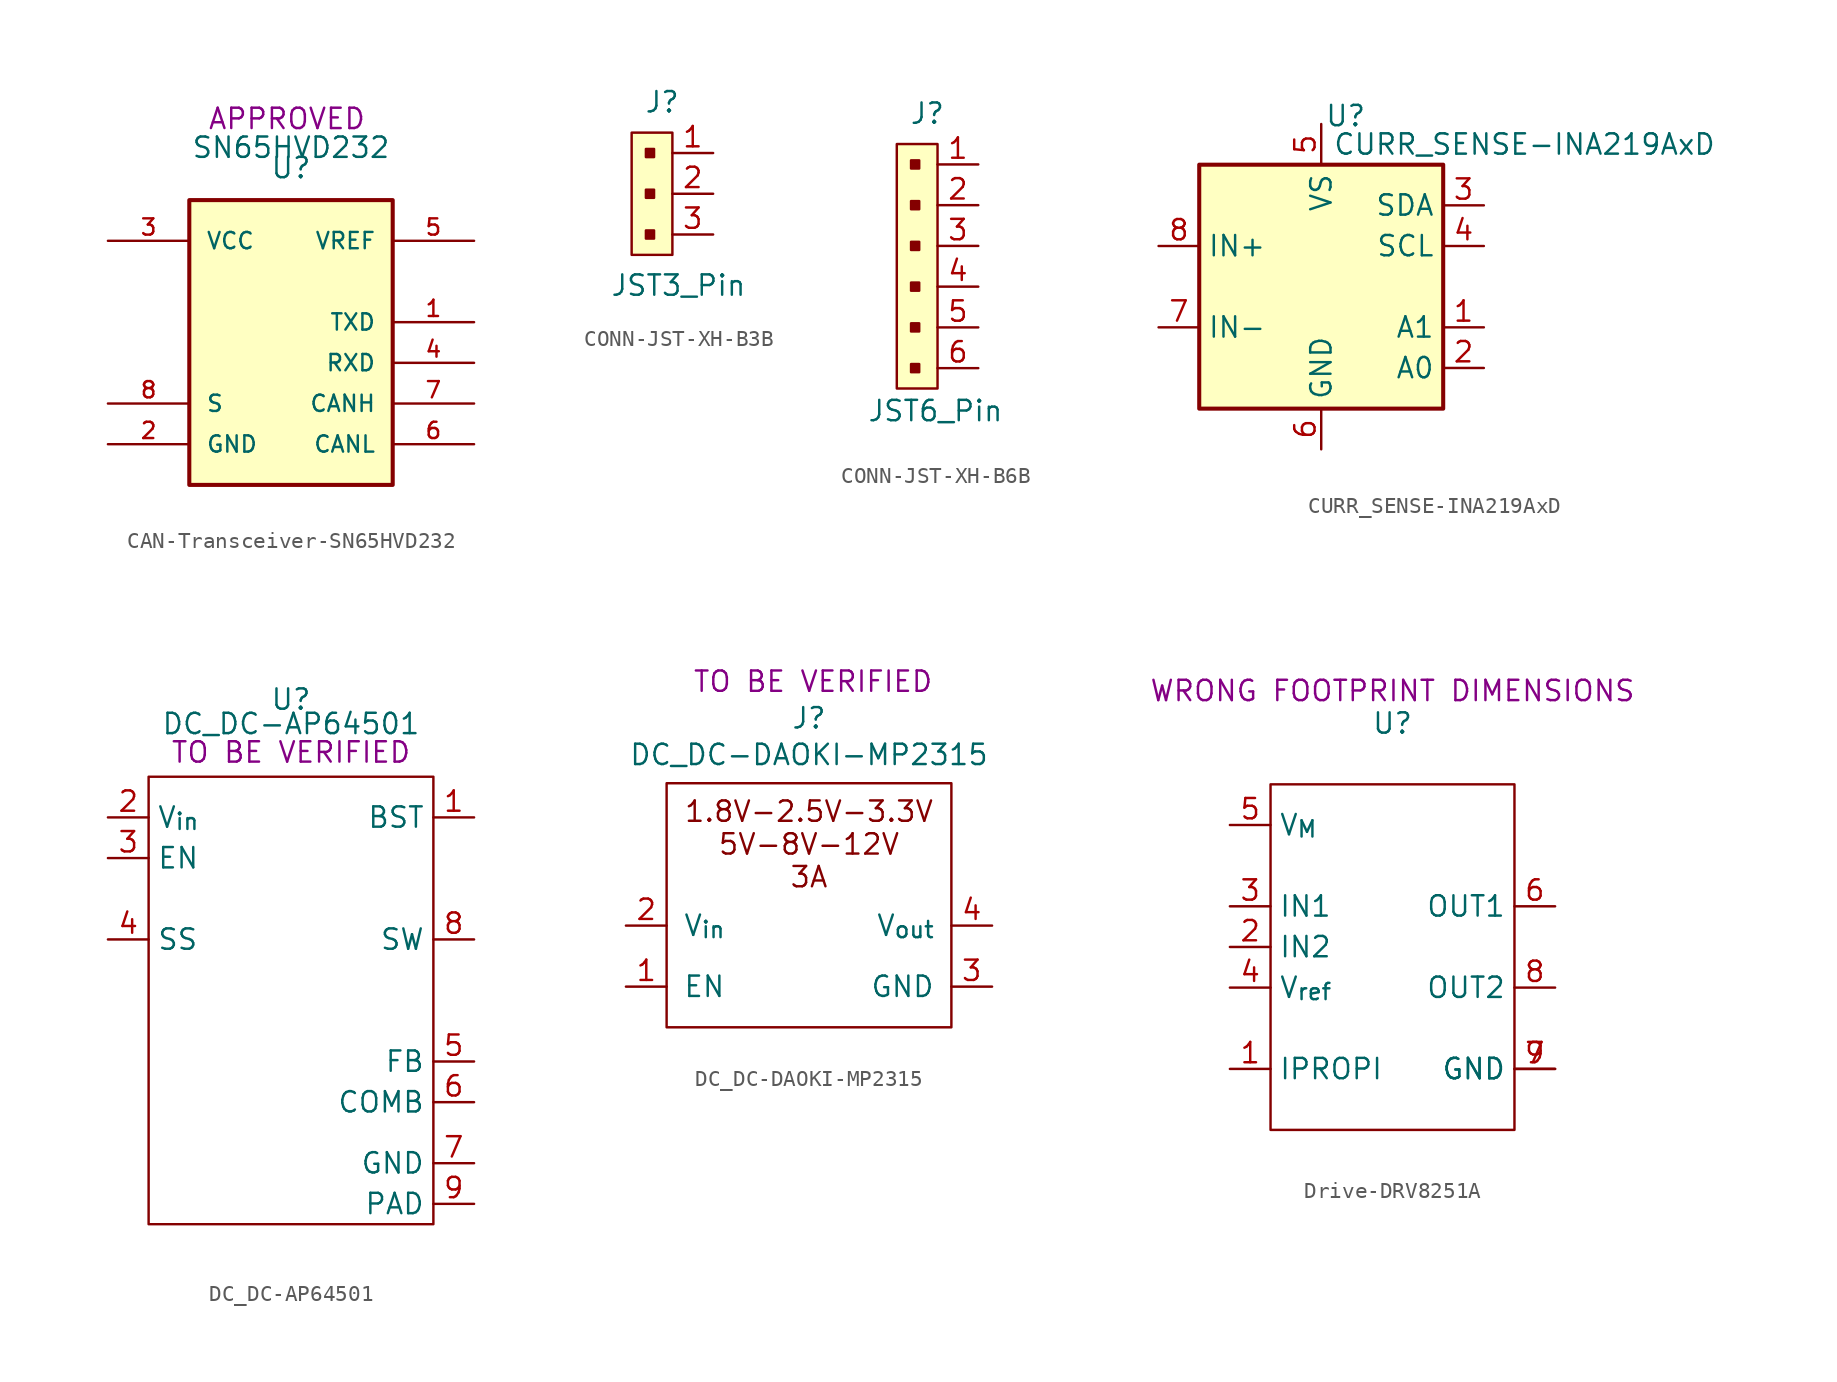
<source format=kicad_sym>
(kicad_symbol_lib
  (version 20231120)
  (generator "kicad_symbol_editor")
  (generator_version "8.0")
  (symbol "CAN-Transceiver-SN65HVD232"
    (pin_names
      (offset 1.016))
    (property "Reference" "U"
      (at 0 7.62 0)
      (do_not_autoplace)
      (effects (font (size 1.27 1.27)) (justify bottom)))
    (property "Value" "SN65HVD232"
      (at 0 8.89 0)
      (do_not_autoplace)
      (effects (font (size 1.27 1.27)) (justify bottom)))
    (property "STATUS" "APPROVED"
      (at -0.254 11.43 0)
      (effects (font (size 1.27 1.27))))
    (symbol "CAN-Transceiver-SN65HVD232_0_0"
      (rectangle (start -6.35 6.35) (end 6.35 -11.43) (stroke (width 0.254) (type default)) (fill (type background)))
      (pin power_in line (at -11.43 -8.89 0) (length 5.08) (name "GND" (effects (font (size 1.016 1.016)))) (number "2" (effects (font (size 1.016 1.016)))))
      (pin power_in line (at -11.43 3.81 0) (length 5.08) (name "VCC" (effects (font (size 1.016 1.016)))) (number "3" (effects (font (size 1.016 1.016)))))
      (pin bidirectional line (at 11.43 -8.89 180) (length 5.08) (name "CANL" (effects (font (size 1.016 1.016)))) (number "6" (effects (font (size 1.016 1.016)))))
      (pin bidirectional line (at 11.43 -6.35 180) (length 5.08) (name "CANH" (effects (font (size 1.016 1.016)))) (number "7" (effects (font (size 1.016 1.016)))))
      (pin input line (at -11.43 -6.35 0) (length 5.08) (name "S" (effects (font (size 1.016 1.016)))) (number "8" (effects (font (size 1.016 1.016))))))
    (symbol "CAN-Transceiver-SN65HVD232_1_0"
      (pin output line (at 11.43 -1.27 180) (length 5.08) (name "TXD" (effects (font (size 1.016 1.016)))) (number "1" (effects (font (size 1.016 1.016)))))
      (pin input line (at 11.43 -3.81 180) (length 5.08) (name "RXD" (effects (font (size 1.016 1.016)))) (number "4" (effects (font (size 1.016 1.016)))))
      (pin power_out line (at 11.43 3.81 180) (length 5.08) (name "VREF" (effects (font (size 1.016 1.016)))) (number "5" (effects (font (size 1.016 1.016)))))))
  (symbol "CONN-JST-XH-B3B"
    (property "Reference" "J"
      (at 0 0 0)
      (effects (font (size 1.27 1.27))))
    (property "Value" "JST3_Pin"
      (at 1.016 -11.43 0)
      (effects (font (size 1.27 1.27))))
    (symbol "CONN-JST-XH-B3B_1_1"
      (rectangle (start -1.905 -1.905) (end 0.635 -9.525) (stroke (width 0) (type solid)) (fill (type background)))
      (rectangle (start -0.508 -8.001) (end -1.016 -8.509) (stroke (width 0) (type solid)) (fill (type outline)))
      (rectangle (start -0.508 -5.461) (end -1.016 -5.969) (stroke (width 0) (type solid)) (fill (type outline)))
      (rectangle (start -0.508 -2.921) (end -1.016 -3.429) (stroke (width 0) (type solid)) (fill (type outline)))
      (pin passive line (at 3.175 -3.175 180) (length 2.54) (name "~" (effects (font (size 1.27 1.27)))) (number "1" (effects (font (size 1.27 1.27)))))
      (pin passive line (at 3.175 -5.715 180) (length 2.54) (name "~" (effects (font (size 1.27 1.27)))) (number "2" (effects (font (size 1.27 1.27)))))
      (pin passive line (at 3.175 -8.255 180) (length 2.54) (name "~" (effects (font (size 1.27 1.27)))) (number "3" (effects (font (size 1.27 1.27)))))))
  (symbol "CONN-JST-XH-B6B"
    (property "Reference" "J"
      (at 0 0 0)
      (effects (font (size 1.27 1.27))))
    (property "Value" "JST6_Pin"
      (at 0.508 -18.542 0)
      (effects (font (size 1.27 1.27))))
    (symbol "CONN-JST-XH-B6B_1_1"
      (rectangle (start -0.508 -15.621) (end -1.016 -16.129) (stroke (width 0) (type solid)) (fill (type outline)))
      (rectangle (start -0.508 -13.081) (end -1.016 -13.589) (stroke (width 0) (type solid)) (fill (type outline)))
      (rectangle (start -0.508 -10.541) (end -1.016 -11.049) (stroke (width 0) (type solid)) (fill (type outline)))
      (rectangle (start -0.508 -8.001) (end -1.016 -8.509) (stroke (width 0) (type solid)) (fill (type outline)))
      (rectangle (start -0.508 -5.461) (end -1.016 -5.969) (stroke (width 0) (type solid)) (fill (type outline)))
      (rectangle (start -0.508 -2.921) (end -1.016 -3.429) (stroke (width 0) (type solid)) (fill (type outline)))
      (rectangle (start 0.635 -1.905) (end -1.905 -17.145) (stroke (width 0) (type solid)) (fill (type background)))
      (pin passive line (at 3.175 -3.175 180) (length 2.54) (name "~" (effects (font (size 1.27 1.27)))) (number "1" (effects (font (size 1.27 1.27)))))
      (pin passive line (at 3.175 -5.715 180) (length 2.54) (name "~" (effects (font (size 1.27 1.27)))) (number "2" (effects (font (size 1.27 1.27)))))
      (pin passive line (at 3.175 -8.255 180) (length 2.54) (name "~" (effects (font (size 1.27 1.27)))) (number "3" (effects (font (size 1.27 1.27)))))
      (pin passive line (at 3.175 -10.795 180) (length 2.54) (name "~" (effects (font (size 1.27 1.27)))) (number "4" (effects (font (size 1.27 1.27)))))
      (pin passive line (at 3.175 -13.335 180) (length 2.54) (name "~" (effects (font (size 1.27 1.27)))) (number "5" (effects (font (size 1.27 1.27)))))
      (pin passive line (at 3.175 -15.875 180) (length 2.54) (name "~" (effects (font (size 1.27 1.27)))) (number "6" (effects (font (size 1.27 1.27)))))))
  (symbol "CURR_SENSE-INA219AxD"
    (property "Reference" "U"
      (at 1.524 10.668 0)
      (do_not_autoplace)
      (effects (font (size 1.27 1.27))))
    (property "Value" "CURR_SENSE-INA219AxD"
      (at 12.7 8.89 0)
      (do_not_autoplace)
      (effects (font (size 1.27 1.27))))
    (symbol "CURR_SENSE-INA219AxD_0_1"
      (rectangle (start -7.62 7.62) (end 7.62 -7.62) (stroke (width 0.254) (type default)) (fill (type background))))
    (symbol "CURR_SENSE-INA219AxD_1_1"
      (pin input line (at 10.16 -2.54 180) (length 2.54) (name "A1" (effects (font (size 1.27 1.27)))) (number "1" (effects (font (size 1.27 1.27)))))
      (pin input line (at 10.16 -5.08 180) (length 2.54) (name "A0" (effects (font (size 1.27 1.27)))) (number "2" (effects (font (size 1.27 1.27)))))
      (pin bidirectional line (at 10.16 5.08 180) (length 2.54) (name "SDA" (effects (font (size 1.27 1.27)))) (number "3" (effects (font (size 1.27 1.27)))))
      (pin input line (at 10.16 2.54 180) (length 2.54) (name "SCL" (effects (font (size 1.27 1.27)))) (number "4" (effects (font (size 1.27 1.27)))))
      (pin power_in line (at 0 10.16 270) (length 2.54) (name "VS" (effects (font (size 1.27 1.27)))) (number "5" (effects (font (size 1.27 1.27)))))
      (pin power_in line (at 0 -10.16 90) (length 2.54) (name "GND" (effects (font (size 1.27 1.27)))) (number "6" (effects (font (size 1.27 1.27)))))
      (pin input line (at -10.16 -2.54 0) (length 2.54) (name "IN-" (effects (font (size 1.27 1.27)))) (number "7" (effects (font (size 1.27 1.27)))))
      (pin input line (at -10.16 2.54 0) (length 2.54) (name "IN+" (effects (font (size 1.27 1.27)))) (number "8" (effects (font (size 1.27 1.27)))))))
  (symbol "DC_DC-AP64501"
    (property "Reference" "U"
      (at 0 1.016 0)
      (effects (font (size 1.27 1.27))))
    (property "Value" "DC_DC-AP64501"
      (at 0 -0.508 0)
      (effects (font (size 1.27 1.27))))
    (property "STATUS" "TO BE VERIFIED"
      (at 0 -2.286 0)
      (effects (font (size 1.27 1.27))))
    (symbol "DC_DC-AP64501_0_1"
      (rectangle (start -8.89 -3.81) (end 8.89 -31.75) (stroke (width 0) (type default)) (fill (type none))))
    (symbol "DC_DC-AP64501_1_1"
      (pin passive line (at 11.43 -6.35 180) (length 2.54) (name "BST" (effects (font (size 1.27 1.27)))) (number "1" (effects (font (size 1.27 1.27)))))
      (pin power_in line (at -11.43 -6.35 0) (length 2.54) (name "V_{in}" (effects (font (size 1.27 1.27)))) (number "2" (effects (font (size 1.27 1.27)))))
      (pin input line (at -11.43 -8.89 0) (length 2.54) (name "EN" (effects (font (size 1.27 1.27)))) (number "3" (effects (font (size 1.27 1.27)))))
      (pin passive line (at -11.43 -13.97 0) (length 2.54) (name "SS" (effects (font (size 1.27 1.27)))) (number "4" (effects (font (size 1.27 1.27)))))
      (pin input line (at 11.43 -21.59 180) (length 2.54) (name "FB" (effects (font (size 1.27 1.27)))) (number "5" (effects (font (size 1.27 1.27)))))
      (pin passive line (at 11.43 -24.13 180) (length 2.54) (name "COMB" (effects (font (size 1.27 1.27)))) (number "6" (effects (font (size 1.27 1.27)))))
      (pin power_in line (at 11.43 -27.94 180) (length 2.54) (name "GND" (effects (font (size 1.27 1.27)))) (number "7" (effects (font (size 1.27 1.27)))))
      (pin power_out line (at 11.43 -13.97 180) (length 2.54) (name "SW" (effects (font (size 1.27 1.27)))) (number "8" (effects (font (size 1.27 1.27)))))
      (pin power_in line (at 11.43 -30.48 180) (length 2.54) (name "PAD" (effects (font (size 1.27 1.27)))) (number "9" (effects (font (size 1.27 1.27)))))))
  (symbol "DC_DC-DAOKI-MP2315"
    (pin_names
      (offset 1.016))
    (property "Reference" "J"
      (at 0 11.684 0)
      (effects (font (size 1.27 1.27))))
    (property "Value" "DC_DC-DAOKI-MP2315"
      (at 0 9.398 0)
      (effects (font (size 1.27 1.27))))
    (property "STATUS" "TO BE VERIFIED"
      (at 0.254 13.97 0)
      (effects (font (size 1.27 1.27))))
    (symbol "DC_DC-DAOKI-MP2315_1_1"
      (rectangle (start -8.89 7.62) (end 8.89 -7.62) (stroke (width 0) (type default)) (fill (type none)))
      (text "1.8V-2.5V-3.3V\n5V-8V-12V\n3A" (at 0 3.81 0) (effects (font (size 1.27 1.27))))
      (pin passive line (at -11.43 -5.08 0) (length 2.54) (name "EN" (effects (font (size 1.27 1.27)))) (number "1" (effects (font (size 1.27 1.27)))))
      (pin passive line (at -11.43 -1.27 0) (length 2.54) (name "V_{in}" (effects (font (size 1.27 1.27)))) (number "2" (effects (font (size 1.27 1.27)))))
      (pin passive line (at 11.43 -5.08 180) (length 2.54) (name "GND" (effects (font (size 1.27 1.27)))) (number "3" (effects (font (size 1.27 1.27)))))
      (pin passive line (at 11.43 -1.27 180) (length 2.54) (name "V_{out}" (effects (font (size 1.27 1.27)))) (number "4" (effects (font (size 1.27 1.27)))))))
  (symbol "Drive-DRV8251A"
    (property "Reference" "U"
      (at 0 0 0)
      (effects (font (size 1.27 1.27))))
    (property "Value" ""
      (at -3.81 0 0)
      (effects (font (size 1.27 1.27))))
    (property "STATUS" "WRONG FOOTPRINT DIMENSIONS"
      (at 0 2.032 0)
      (effects (font (size 1.27 1.27))))
    (symbol "Drive-DRV8251A_0_1"
      (rectangle (start -7.62 -3.81) (end 7.62 -25.4) (stroke (width 0) (type default)) (fill (type none))))
    (symbol "Drive-DRV8251A_1_1"
      (pin unspecified line (at -10.16 -21.59 0) (length 2.54) (name "IPROPI" (effects (font (size 1.27 1.27)))) (number "1" (effects (font (size 1.27 1.27)))))
      (pin unspecified line (at -10.16 -13.97 0) (length 2.54) (name "IN2" (effects (font (size 1.27 1.27)))) (number "2" (effects (font (size 1.27 1.27)))))
      (pin unspecified line (at -10.16 -11.43 0) (length 2.54) (name "IN1" (effects (font (size 1.27 1.27)))) (number "3" (effects (font (size 1.27 1.27)))))
      (pin unspecified line (at -10.16 -16.51 0) (length 2.54) (name "V_{ref}" (effects (font (size 1.27 1.27)))) (number "4" (effects (font (size 1.27 1.27)))))
      (pin unspecified line (at -10.16 -6.35 0) (length 2.54) (name "V_{M}" (effects (font (size 1.27 1.27)))) (number "5" (effects (font (size 1.27 1.27)))))
      (pin unspecified line (at 10.16 -11.43 180) (length 2.54) (name "OUT1" (effects (font (size 1.27 1.27)))) (number "6" (effects (font (size 1.27 1.27)))))
      (pin unspecified line (at 10.16 -21.59 180) (length 2.54) (name "GND" (effects (font (size 1.27 1.27)))) (number "7" (effects (font (size 1.27 1.27)))))
      (pin unspecified line (at 10.16 -16.51 180) (length 2.54) (name "OUT2" (effects (font (size 1.27 1.27)))) (number "8" (effects (font (size 1.27 1.27)))))
      (pin unspecified line (at 10.16 -21.59 180) (length 2.54) (name "GND" (effects (font (size 1.27 1.27)))) (number "9" (effects (font (size 1.27 1.27))))))))
</source>
